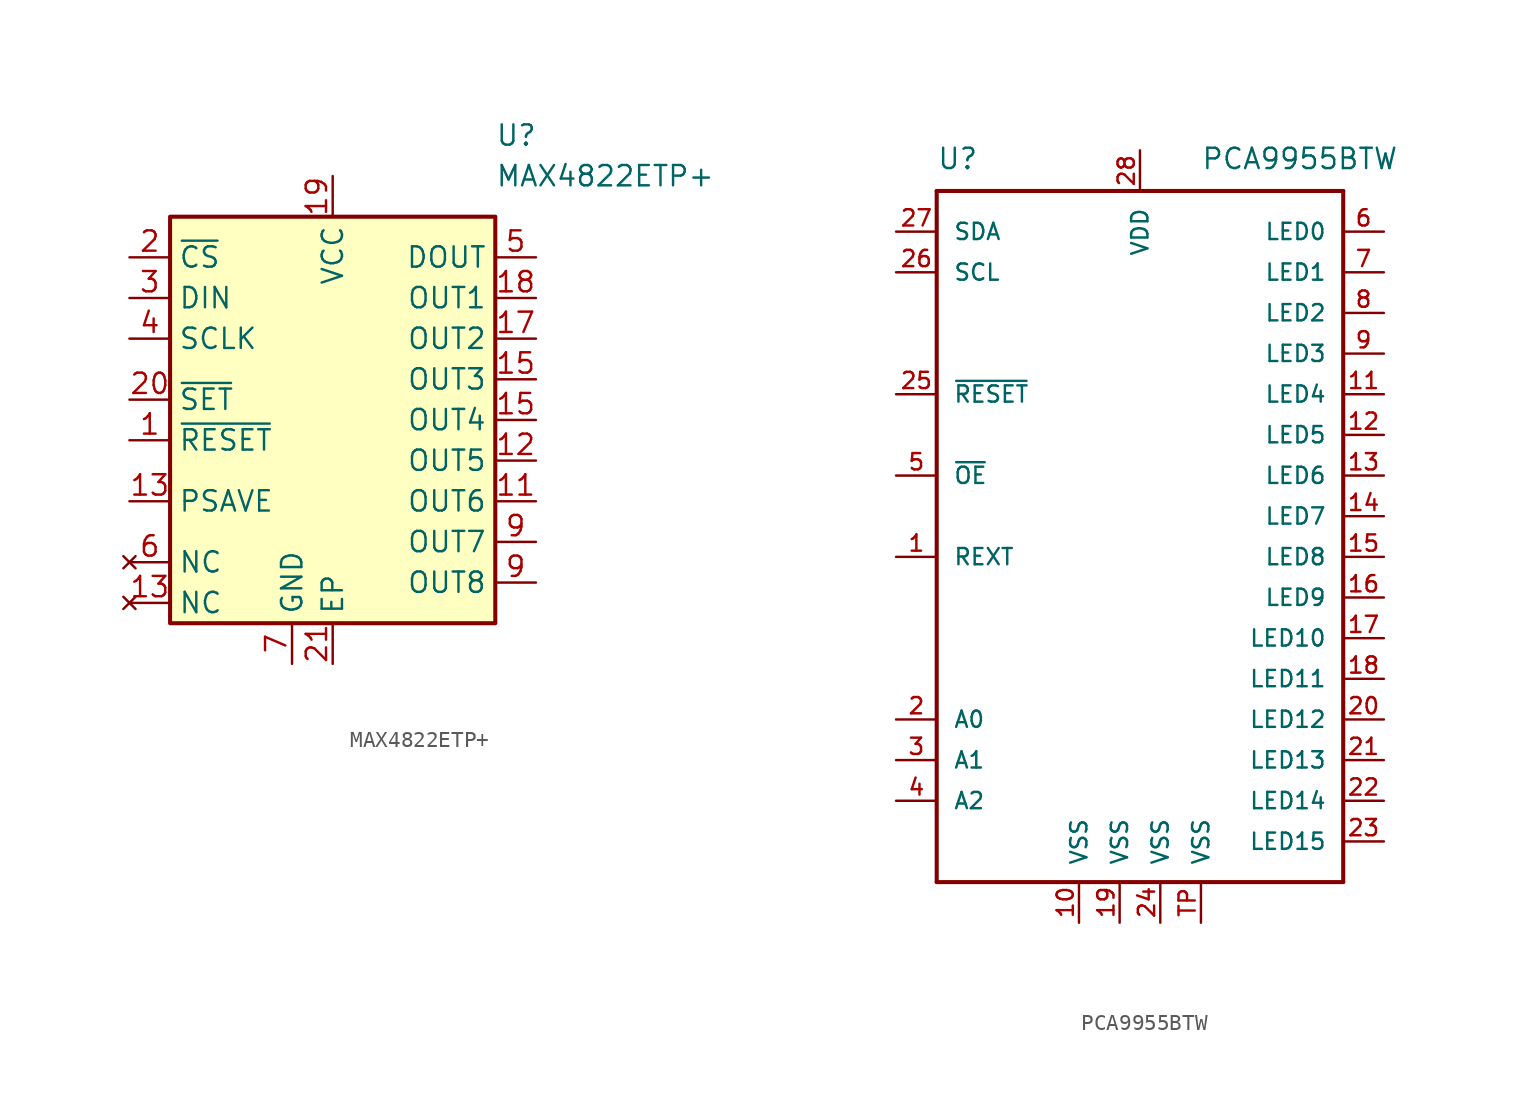
<source format=kicad_sym>
(kicad_symbol_lib
  (version 20211014)
  (generator kicad_symbol_editor)
  (symbol "MAX4822ETP+"
    (property "Reference" "U"
      (at 10.16 17.78 0)
      (effects (font (size 1.27 1.27)) (justify left)))
    (property "Value" "MAX4822ETP+"
      (at 10.16 15.24 0)
      (effects (font (size 1.27 1.27)) (justify left)))
    (symbol "MAX4822ETP+_0_0"
      (pin open_collector line (at 12.7 2.54 180) (length 2.54) (name "OUT3" (effects (font (size 1.27 1.27)))) (number "15" (effects (font (size 1.27 1.27)))))
      (pin open_collector line (at 12.7 5.08 180) (length 2.54) (name "OUT2" (effects (font (size 1.27 1.27)))) (number "17" (effects (font (size 1.27 1.27)))))
      (pin open_collector line (at 12.7 7.62 180) (length 2.54) (name "OUT1" (effects (font (size 1.27 1.27)))) (number "18" (effects (font (size 1.27 1.27))))))
    (symbol "MAX4822ETP+_0_1"
      (rectangle (start -10.16 12.7) (end 10.16 -12.7) (stroke (width 0.254) (type default) (color 0 0 0 0)) (fill (type background))))
    (symbol "MAX4822ETP+_1_1"
      (pin input line (at -12.7 -1.27 0) (length 2.54) (name "~{RESET}" (effects (font (size 1.27 1.27)))) (number "1" (effects (font (size 1.27 1.27)))))
      (pin open_collector line (at 12.7 -5.08 180) (length 2.54) (name "OUT6" (effects (font (size 1.27 1.27)))) (number "11" (effects (font (size 1.27 1.27)))))
      (pin open_collector line (at 12.7 -2.54 180) (length 2.54) (name "OUT5" (effects (font (size 1.27 1.27)))) (number "12" (effects (font (size 1.27 1.27)))))
      (pin no_connect line (at -12.7 -11.43 0) (length 2.54) (name "NC" (effects (font (size 1.27 1.27)))) (number "13" (effects (font (size 1.27 1.27)))))
      (pin passive line (at -12.7 -5.08 0) (length 2.54) (name "PSAVE" (effects (font (size 1.27 1.27)))) (number "13" (effects (font (size 1.27 1.27)))))
      (pin open_collector line (at 12.7 0 180) (length 2.54) (name "OUT4" (effects (font (size 1.27 1.27)))) (number "15" (effects (font (size 1.27 1.27)))))
      (pin power_in line (at 0 15.24 270) (length 2.54) (name "VCC" (effects (font (size 1.27 1.27)))) (number "19" (effects (font (size 1.27 1.27)))))
      (pin input line (at -12.7 10.16 0) (length 2.54) (name "~{CS}" (effects (font (size 1.27 1.27)))) (number "2" (effects (font (size 1.27 1.27)))))
      (pin input line (at -12.7 1.27 0) (length 2.54) (name "~{SET}" (effects (font (size 1.27 1.27)))) (number "20" (effects (font (size 1.27 1.27)))))
      (pin power_in line (at 0 -15.24 90) (length 2.54) (name "EP" (effects (font (size 1.27 1.27)))) (number "21" (effects (font (size 1.27 1.27)))))
      (pin input line (at -12.7 7.62 0) (length 2.54) (name "DIN" (effects (font (size 1.27 1.27)))) (number "3" (effects (font (size 1.27 1.27)))))
      (pin input line (at -12.7 5.08 0) (length 2.54) (name "SCLK" (effects (font (size 1.27 1.27)))) (number "4" (effects (font (size 1.27 1.27)))))
      (pin output line (at 12.7 10.16 180) (length 2.54) (name "DOUT" (effects (font (size 1.27 1.27)))) (number "5" (effects (font (size 1.27 1.27)))))
      (pin no_connect line (at -12.7 -8.89 0) (length 2.54) (name "NC" (effects (font (size 1.27 1.27)))) (number "6" (effects (font (size 1.27 1.27)))))
      (pin power_in line (at -2.54 -15.24 90) (length 2.54) (name "GND" (effects (font (size 1.27 1.27)))) (number "7" (effects (font (size 1.27 1.27)))))
      (pin open_collector line (at 12.7 -7.62 180) (length 2.54) (name "OUT7" (effects (font (size 1.27 1.27)))) (number "9" (effects (font (size 1.27 1.27)))))
      (pin open_collector line (at 12.7 -10.16 180) (length 2.54) (name "OUT8" (effects (font (size 1.27 1.27)))) (number "9" (effects (font (size 1.27 1.27)))))))
  (symbol "PCA9955BTW"
    (pin_names
      (offset 1.016))
    (property "Reference" "U"
      (at -12.7 24.13 0)
      (effects (font (size 1.27 1.27)) (justify left bottom)))
    (property "Value" "PCA9955BTW"
      (at 3.81 24.13 0)
      (effects (font (size 1.27 1.27)) (justify left bottom)))
    (symbol "PCA9955BTW_0_0"
      (polyline (pts (xy -12.7 -20.32) (xy 12.7 -20.32)) (stroke (width 0.254) (type default) (color 0 0 0 0)) (fill (type none)))
      (polyline (pts (xy -12.7 22.86) (xy -12.7 -20.32)) (stroke (width 0.254) (type default) (color 0 0 0 0)) (fill (type none)))
      (polyline (pts (xy 12.7 -20.32) (xy 12.7 22.86)) (stroke (width 0.254) (type default) (color 0 0 0 0)) (fill (type none)))
      (polyline (pts (xy 12.7 22.86) (xy -12.7 22.86)) (stroke (width 0.254) (type default) (color 0 0 0 0)) (fill (type none)))
      (pin passive line (at -15.24 0 0) (length 2.54) (name "REXT" (effects (font (size 1.016 1.016)))) (number "1" (effects (font (size 1.016 1.016)))))
      (pin power_in line (at -3.81 -22.86 90) (length 2.54) (name "VSS" (effects (font (size 1.016 1.016)))) (number "10" (effects (font (size 1.016 1.016)))))
      (pin output line (at 15.24 10.16 180) (length 2.54) (name "LED4" (effects (font (size 1.016 1.016)))) (number "11" (effects (font (size 1.016 1.016)))))
      (pin output line (at 15.24 7.62 180) (length 2.54) (name "LED5" (effects (font (size 1.016 1.016)))) (number "12" (effects (font (size 1.016 1.016)))))
      (pin output line (at 15.24 5.08 180) (length 2.54) (name "LED6" (effects (font (size 1.016 1.016)))) (number "13" (effects (font (size 1.016 1.016)))))
      (pin output line (at 15.24 2.54 180) (length 2.54) (name "LED7" (effects (font (size 1.016 1.016)))) (number "14" (effects (font (size 1.016 1.016)))))
      (pin output line (at 15.24 0 180) (length 2.54) (name "LED8" (effects (font (size 1.016 1.016)))) (number "15" (effects (font (size 1.016 1.016)))))
      (pin output line (at 15.24 -2.54 180) (length 2.54) (name "LED9" (effects (font (size 1.016 1.016)))) (number "16" (effects (font (size 1.016 1.016)))))
      (pin output line (at 15.24 -5.08 180) (length 2.54) (name "LED10" (effects (font (size 1.016 1.016)))) (number "17" (effects (font (size 1.016 1.016)))))
      (pin output line (at 15.24 -7.62 180) (length 2.54) (name "LED11" (effects (font (size 1.016 1.016)))) (number "18" (effects (font (size 1.016 1.016)))))
      (pin power_in line (at -1.27 -22.86 90) (length 2.54) (name "VSS" (effects (font (size 1.016 1.016)))) (number "19" (effects (font (size 1.016 1.016)))))
      (pin input line (at -15.24 -10.16 0) (length 2.54) (name "A0" (effects (font (size 1.016 1.016)))) (number "2" (effects (font (size 1.016 1.016)))))
      (pin output line (at 15.24 -10.16 180) (length 2.54) (name "LED12" (effects (font (size 1.016 1.016)))) (number "20" (effects (font (size 1.016 1.016)))))
      (pin output line (at 15.24 -12.7 180) (length 2.54) (name "LED13" (effects (font (size 1.016 1.016)))) (number "21" (effects (font (size 1.016 1.016)))))
      (pin output line (at 15.24 -15.24 180) (length 2.54) (name "LED14" (effects (font (size 1.016 1.016)))) (number "22" (effects (font (size 1.016 1.016)))))
      (pin output line (at 15.24 -17.78 180) (length 2.54) (name "LED15" (effects (font (size 1.016 1.016)))) (number "23" (effects (font (size 1.016 1.016)))))
      (pin power_in line (at 1.27 -22.86 90) (length 2.54) (name "VSS" (effects (font (size 1.016 1.016)))) (number "24" (effects (font (size 1.016 1.016)))))
      (pin input line (at -15.24 10.16 0) (length 2.54) (name "~{RESET}" (effects (font (size 1.016 1.016)))) (number "25" (effects (font (size 1.016 1.016)))))
      (pin bidirectional line (at -15.24 17.78 0) (length 2.54) (name "SCL" (effects (font (size 1.016 1.016)))) (number "26" (effects (font (size 1.016 1.016)))))
      (pin bidirectional line (at -15.24 20.32 0) (length 2.54) (name "SDA" (effects (font (size 1.016 1.016)))) (number "27" (effects (font (size 1.016 1.016)))))
      (pin power_in line (at 0 25.4 270) (length 2.54) (name "VDD" (effects (font (size 1.016 1.016)))) (number "28" (effects (font (size 1.016 1.016)))))
      (pin input line (at -15.24 -12.7 0) (length 2.54) (name "A1" (effects (font (size 1.016 1.016)))) (number "3" (effects (font (size 1.016 1.016)))))
      (pin input line (at -15.24 -15.24 0) (length 2.54) (name "A2" (effects (font (size 1.016 1.016)))) (number "4" (effects (font (size 1.016 1.016)))))
      (pin input line (at -15.24 5.08 0) (length 2.54) (name "~{OE}" (effects (font (size 1.016 1.016)))) (number "5" (effects (font (size 1.016 1.016)))))
      (pin output line (at 15.24 20.32 180) (length 2.54) (name "LED0" (effects (font (size 1.016 1.016)))) (number "6" (effects (font (size 1.016 1.016)))))
      (pin output line (at 15.24 17.78 180) (length 2.54) (name "LED1" (effects (font (size 1.016 1.016)))) (number "7" (effects (font (size 1.016 1.016)))))
      (pin output line (at 15.24 15.24 180) (length 2.54) (name "LED2" (effects (font (size 1.016 1.016)))) (number "8" (effects (font (size 1.016 1.016)))))
      (pin output line (at 15.24 12.7 180) (length 2.54) (name "LED3" (effects (font (size 1.016 1.016)))) (number "9" (effects (font (size 1.016 1.016)))))
      (pin power_in line (at 3.81 -22.86 90) (length 2.54) (name "VSS" (effects (font (size 1.016 1.016)))) (number "TP" (effects (font (size 1.016 1.016))))))))
</source>
